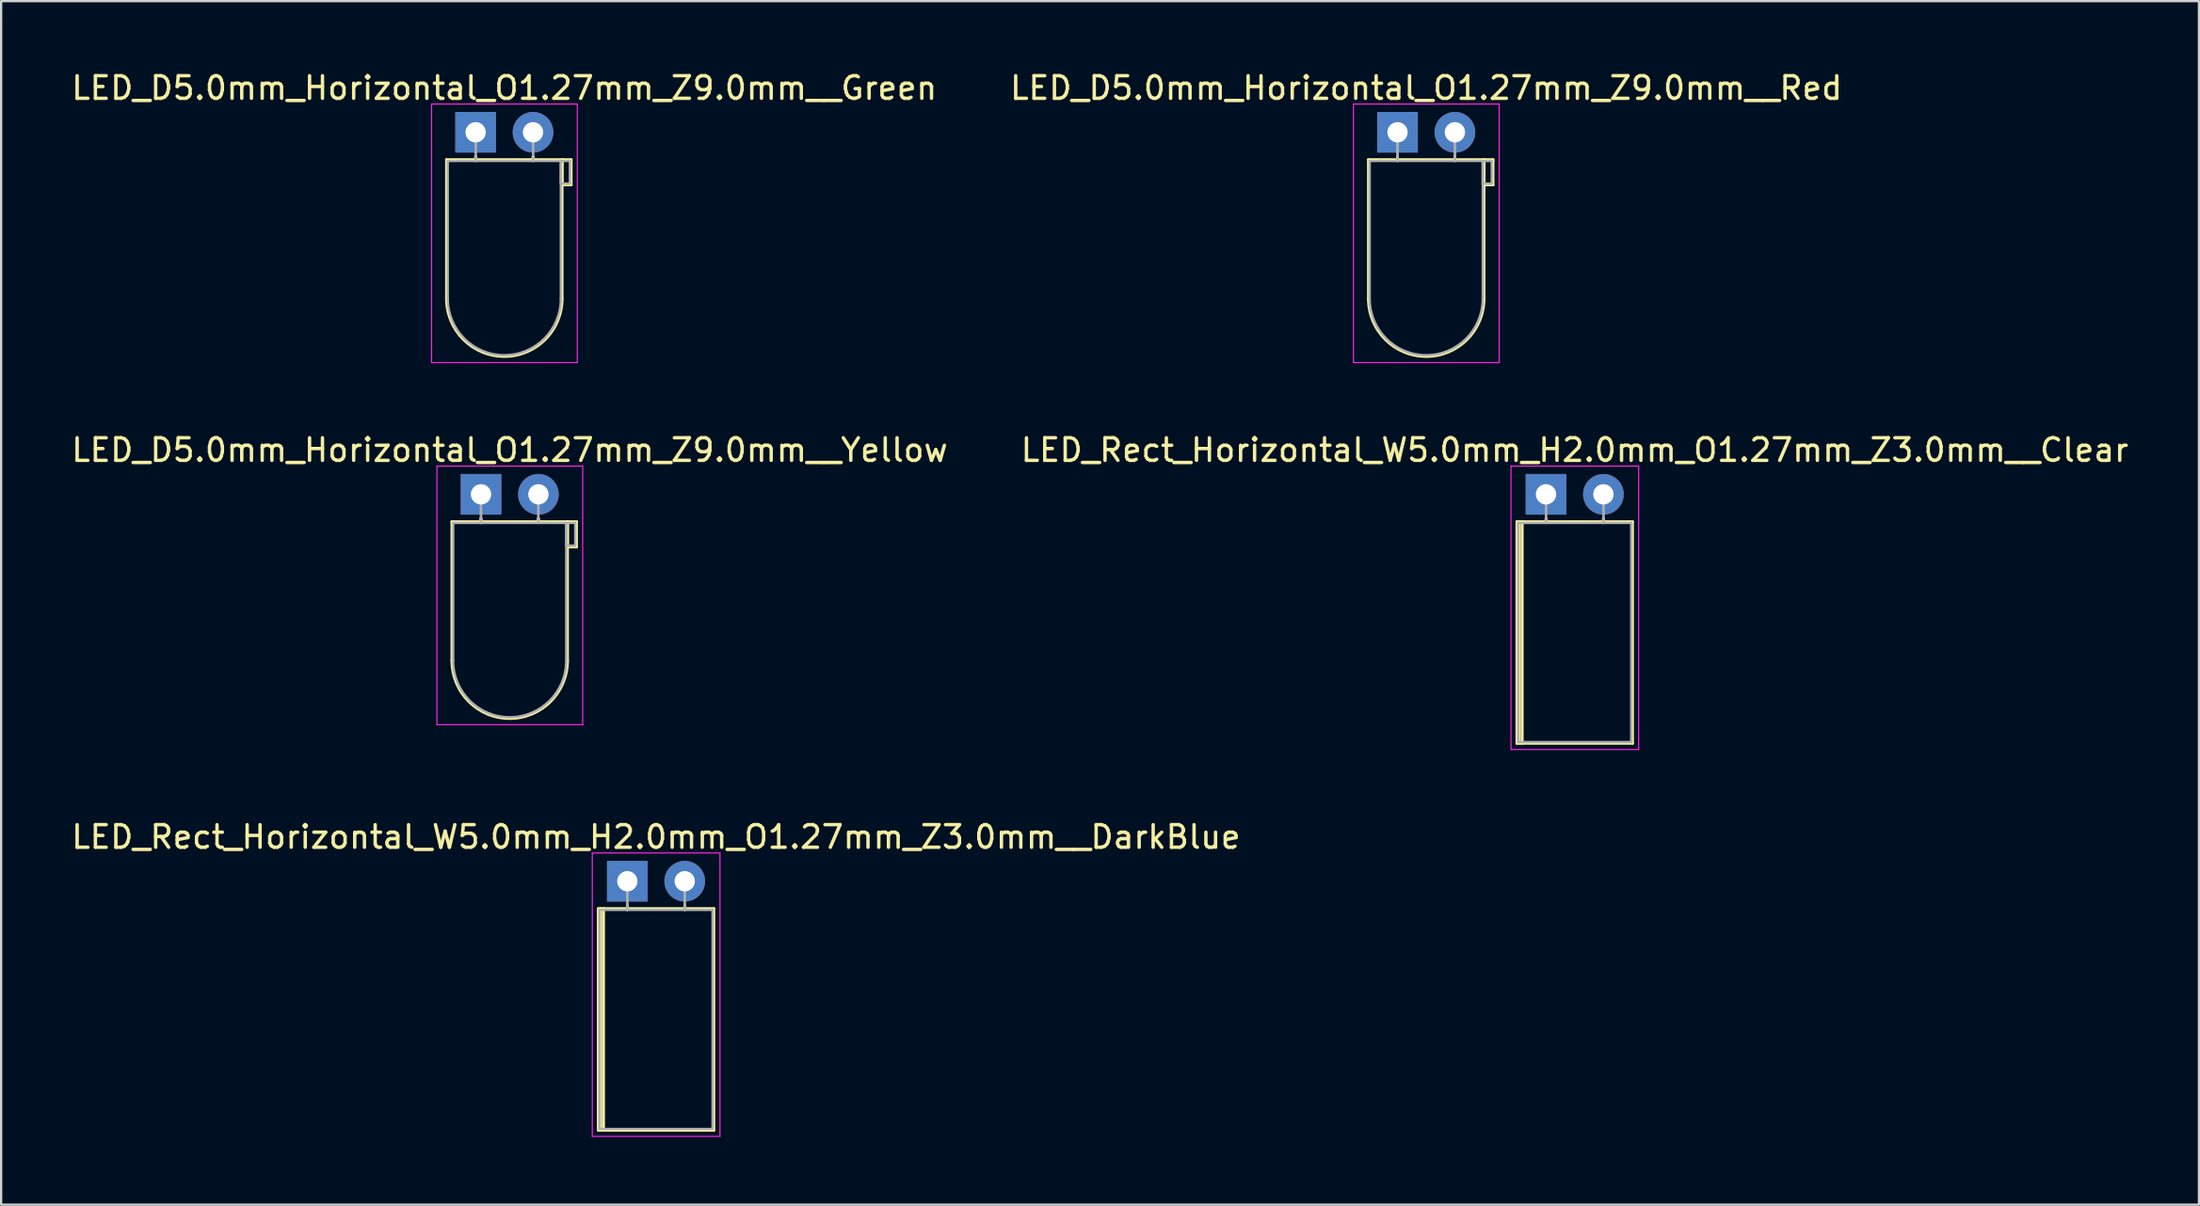
<source format=kicad_pcb>
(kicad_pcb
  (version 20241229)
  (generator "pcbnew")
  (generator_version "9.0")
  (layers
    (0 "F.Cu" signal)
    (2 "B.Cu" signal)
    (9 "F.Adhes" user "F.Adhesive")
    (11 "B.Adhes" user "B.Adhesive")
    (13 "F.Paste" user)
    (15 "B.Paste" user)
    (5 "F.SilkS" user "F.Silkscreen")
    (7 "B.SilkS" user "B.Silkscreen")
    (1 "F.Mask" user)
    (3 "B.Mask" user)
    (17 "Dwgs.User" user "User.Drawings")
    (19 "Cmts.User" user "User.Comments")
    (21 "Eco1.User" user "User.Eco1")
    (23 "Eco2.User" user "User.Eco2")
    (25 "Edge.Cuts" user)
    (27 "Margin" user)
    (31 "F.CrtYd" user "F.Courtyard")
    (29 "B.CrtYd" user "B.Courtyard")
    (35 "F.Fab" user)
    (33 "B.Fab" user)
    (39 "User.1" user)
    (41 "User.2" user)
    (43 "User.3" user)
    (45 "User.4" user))
  (footprint "LED_Rect_Horizontal_W5.0mm_H2.0mm_O1.27mm_Z3.0mm__Clear"
    (layer "F.Cu")
    (at 65.367 18.841)
    (property "Reference" "LED_Rect_Horizontal_W5.0mm_H2.0mm_O1.27mm_Z3.0mm__Clear" (at 1.27 -1.96 0) (layer "F.SilkS") (effects (font (size 1 1) (thickness 0.15))))
    (attr through_hole)
    (fp_line (start -1.29 1.21) (end -1.29 11.03) (stroke (width 0.12) (type solid)) (layer "F.SilkS"))
    (fp_line (start -1.29 11.03) (end 3.83 11.03) (stroke (width 0.12) (type solid)) (layer "F.SilkS"))
    (fp_line (start -1.17 1.21) (end -1.17 11.03) (stroke (width 0.12) (type solid)) (layer "F.SilkS"))
    (fp_line (start -1.05 1.21) (end -1.05 11.03) (stroke (width 0.12) (type solid)) (layer "F.SilkS"))
    (fp_line (start 0 1.08) (end 0 1.08) (stroke (width 0.12) (type solid)) (layer "F.SilkS"))
    (fp_line (start 0 1.08) (end 0 1.21) (stroke (width 0.12) (type solid)) (layer "F.SilkS"))
    (fp_line (start 0 1.21) (end 0 1.08) (stroke (width 0.12) (type solid)) (layer "F.SilkS"))
    (fp_line (start 0 1.21) (end 0 1.21) (stroke (width 0.12) (type solid)) (layer "F.SilkS"))
    (fp_line (start 2.54 1.08) (end 2.54 1.08) (stroke (width 0.12) (type solid)) (layer "F.SilkS"))
    (fp_line (start 2.54 1.08) (end 2.54 1.21) (stroke (width 0.12) (type solid)) (layer "F.SilkS"))
    (fp_line (start 2.54 1.21) (end 2.54 1.08) (stroke (width 0.12) (type solid)) (layer "F.SilkS"))
    (fp_line (start 2.54 1.21) (end 2.54 1.21) (stroke (width 0.12) (type solid)) (layer "F.SilkS"))
    (fp_line (start 3.83 1.21) (end -1.29 1.21) (stroke (width 0.12) (type solid)) (layer "F.SilkS"))
    (fp_line (start 3.83 11.03) (end 3.83 1.21) (stroke (width 0.12) (type solid)) (layer "F.SilkS"))
    (fp_line (start -1.55 -1.25) (end -1.55 11.3) (stroke (width 0.05) (type solid)) (layer "F.CrtYd"))
    (fp_line (start -1.55 11.3) (end 4.1 11.3) (stroke (width 0.05) (type solid)) (layer "F.CrtYd"))
    (fp_line (start 4.1 -1.25) (end -1.55 -1.25) (stroke (width 0.05) (type solid)) (layer "F.CrtYd"))
    (fp_line (start 4.1 11.3) (end 4.1 -1.25) (stroke (width 0.05) (type solid)) (layer "F.CrtYd"))
    (fp_line (start -1.23 1.27) (end -1.23 10.97) (stroke (width 0.1) (type solid)) (layer "F.Fab"))
    (fp_line (start -1.23 10.97) (end 3.77 10.97) (stroke (width 0.1) (type solid)) (layer "F.Fab"))
    (fp_line (start 0 0) (end 0 0) (stroke (width 0.1) (type solid)) (layer "F.Fab"))
    (fp_line (start 0 0) (end 0 1.27) (stroke (width 0.1) (type solid)) (layer "F.Fab"))
    (fp_line (start 0 1.27) (end 0 0) (stroke (width 0.1) (type solid)) (layer "F.Fab"))
    (fp_line (start 0 1.27) (end 0 1.27) (stroke (width 0.1) (type solid)) (layer "F.Fab"))
    (fp_line (start 2.54 0) (end 2.54 0) (stroke (width 0.1) (type solid)) (layer "F.Fab"))
    (fp_line (start 2.54 0) (end 2.54 1.27) (stroke (width 0.1) (type solid)) (layer "F.Fab"))
    (fp_line (start 2.54 1.27) (end 2.54 0) (stroke (width 0.1) (type solid)) (layer "F.Fab"))
    (fp_line (start 2.54 1.27) (end 2.54 1.27) (stroke (width 0.1) (type solid)) (layer "F.Fab"))
    (fp_line (start 3.77 1.27) (end -1.23 1.27) (stroke (width 0.1) (type solid)) (layer "F.Fab"))
    (fp_line (start 3.77 10.97) (end 3.77 1.27) (stroke (width 0.1) (type solid)) (layer "F.Fab"))
    (pad "1" thru_hole rect (at 0 0) (size 1.8 1.8) (drill 0.9) (layers "*.Cu" "*.Mask"))
    (pad "2" thru_hole circle (at 2.54 0) (size 1.8 1.8) (drill 0.9) (layers "*.Cu" "*.Mask")))
  (footprint "LED_D5.0mm_Horizontal_O1.27mm_Z9.0mm__Yellow"
    (layer "F.Cu")
    (at 18.236 18.841)
    (property "Reference" "LED_D5.0mm_Horizontal_O1.27mm_Z9.0mm__Yellow" (at 1.27 -1.96 0) (layer "F.SilkS") (effects (font (size 1 1) (thickness 0.15))))
    (attr through_hole)
    (fp_line (start -1.29 1.21) (end -1.29 7.37) (stroke (width 0.12) (type solid)) (layer "F.SilkS"))
    (fp_line (start -1.29 1.21) (end 3.83 1.21) (stroke (width 0.12) (type solid)) (layer "F.SilkS"))
    (fp_line (start 0 1.08) (end 0 1.08) (stroke (width 0.12) (type solid)) (layer "F.SilkS"))
    (fp_line (start 0 1.08) (end 0 1.21) (stroke (width 0.12) (type solid)) (layer "F.SilkS"))
    (fp_line (start 0 1.21) (end 0 1.08) (stroke (width 0.12) (type solid)) (layer "F.SilkS"))
    (fp_line (start 0 1.21) (end 0 1.21) (stroke (width 0.12) (type solid)) (layer "F.SilkS"))
    (fp_line (start 2.54 1.08) (end 2.54 1.08) (stroke (width 0.12) (type solid)) (layer "F.SilkS"))
    (fp_line (start 2.54 1.08) (end 2.54 1.21) (stroke (width 0.12) (type solid)) (layer "F.SilkS"))
    (fp_line (start 2.54 1.21) (end 2.54 1.08) (stroke (width 0.12) (type solid)) (layer "F.SilkS"))
    (fp_line (start 2.54 1.21) (end 2.54 1.21) (stroke (width 0.12) (type solid)) (layer "F.SilkS"))
    (fp_line (start 3.83 1.21) (end 3.83 7.37) (stroke (width 0.12) (type solid)) (layer "F.SilkS"))
    (fp_line (start 3.83 1.21) (end 4.23 1.21) (stroke (width 0.12) (type solid)) (layer "F.SilkS"))
    (fp_line (start 3.83 2.33) (end 3.83 1.21) (stroke (width 0.12) (type solid)) (layer "F.SilkS"))
    (fp_line (start 4.23 1.21) (end 4.23 2.33) (stroke (width 0.12) (type solid)) (layer "F.SilkS"))
    (fp_line (start 4.23 2.33) (end 3.83 2.33) (stroke (width 0.12) (type solid)) (layer "F.SilkS"))
    (fp_arc (start 3.83 7.37) (mid 1.27 9.93) (end -1.29 7.37) (stroke (width 0.12) (type solid)) (layer "F.SilkS"))
    (fp_line (start -1.95 -1.25) (end -1.95 10.2) (stroke (width 0.05) (type solid)) (layer "F.CrtYd"))
    (fp_line (start -1.95 10.2) (end 4.5 10.2) (stroke (width 0.05) (type solid)) (layer "F.CrtYd"))
    (fp_line (start 4.5 -1.25) (end -1.95 -1.25) (stroke (width 0.05) (type solid)) (layer "F.CrtYd"))
    (fp_line (start 4.5 10.2) (end 4.5 -1.25) (stroke (width 0.05) (type solid)) (layer "F.CrtYd"))
    (fp_line (start -1.23 1.27) (end -1.23 7.37) (stroke (width 0.1) (type solid)) (layer "F.Fab"))
    (fp_line (start -1.23 1.27) (end 3.77 1.27) (stroke (width 0.1) (type solid)) (layer "F.Fab"))
    (fp_line (start 0 0) (end 0 0) (stroke (width 0.1) (type solid)) (layer "F.Fab"))
    (fp_line (start 0 0) (end 0 1.27) (stroke (width 0.1) (type solid)) (layer "F.Fab"))
    (fp_line (start 0 1.27) (end 0 0) (stroke (width 0.1) (type solid)) (layer "F.Fab"))
    (fp_line (start 0 1.27) (end 0 1.27) (stroke (width 0.1) (type solid)) (layer "F.Fab"))
    (fp_line (start 2.54 0) (end 2.54 0) (stroke (width 0.1) (type solid)) (layer "F.Fab"))
    (fp_line (start 2.54 0) (end 2.54 1.27) (stroke (width 0.1) (type solid)) (layer "F.Fab"))
    (fp_line (start 2.54 1.27) (end 2.54 0) (stroke (width 0.1) (type solid)) (layer "F.Fab"))
    (fp_line (start 2.54 1.27) (end 2.54 1.27) (stroke (width 0.1) (type solid)) (layer "F.Fab"))
    (fp_line (start 3.77 1.27) (end 3.77 7.37) (stroke (width 0.1) (type solid)) (layer "F.Fab"))
    (fp_line (start 3.77 1.27) (end 4.17 1.27) (stroke (width 0.1) (type solid)) (layer "F.Fab"))
    (fp_line (start 3.77 2.27) (end 3.77 1.27) (stroke (width 0.1) (type solid)) (layer "F.Fab"))
    (fp_line (start 4.17 1.27) (end 4.17 2.27) (stroke (width 0.1) (type solid)) (layer "F.Fab"))
    (fp_line (start 4.17 2.27) (end 3.77 2.27) (stroke (width 0.1) (type solid)) (layer "F.Fab"))
    (fp_arc (start 3.77 7.37) (mid 1.27 9.87) (end -1.23 7.37) (stroke (width 0.1) (type solid)) (layer "F.Fab"))
    (pad "1" thru_hole rect (at 0 0) (size 1.8 1.8) (drill 0.9) (layers "*.Cu" "*.Mask"))
    (pad "2" thru_hole circle (at 2.54 0) (size 1.8 1.8) (drill 0.9) (layers "*.Cu" "*.Mask")))
  (footprint "LED_Rect_Horizontal_W5.0mm_H2.0mm_O1.27mm_Z3.0mm__DarkBlue"
    (layer "F.Cu")
    (at 24.712 35.975)
    (property "Reference" "LED_Rect_Horizontal_W5.0mm_H2.0mm_O1.27mm_Z3.0mm__DarkBlue" (at 1.27 -1.96 0) (layer "F.SilkS") (effects (font (size 1 1) (thickness 0.15))))
    (attr through_hole)
    (fp_line (start -1.29 1.21) (end -1.29 11.03) (stroke (width 0.12) (type solid)) (layer "F.SilkS"))
    (fp_line (start -1.29 11.03) (end 3.83 11.03) (stroke (width 0.12) (type solid)) (layer "F.SilkS"))
    (fp_line (start -1.17 1.21) (end -1.17 11.03) (stroke (width 0.12) (type solid)) (layer "F.SilkS"))
    (fp_line (start -1.05 1.21) (end -1.05 11.03) (stroke (width 0.12) (type solid)) (layer "F.SilkS"))
    (fp_line (start 0 1.08) (end 0 1.08) (stroke (width 0.12) (type solid)) (layer "F.SilkS"))
    (fp_line (start 0 1.08) (end 0 1.21) (stroke (width 0.12) (type solid)) (layer "F.SilkS"))
    (fp_line (start 0 1.21) (end 0 1.08) (stroke (width 0.12) (type solid)) (layer "F.SilkS"))
    (fp_line (start 0 1.21) (end 0 1.21) (stroke (width 0.12) (type solid)) (layer "F.SilkS"))
    (fp_line (start 2.54 1.08) (end 2.54 1.08) (stroke (width 0.12) (type solid)) (layer "F.SilkS"))
    (fp_line (start 2.54 1.08) (end 2.54 1.21) (stroke (width 0.12) (type solid)) (layer "F.SilkS"))
    (fp_line (start 2.54 1.21) (end 2.54 1.08) (stroke (width 0.12) (type solid)) (layer "F.SilkS"))
    (fp_line (start 2.54 1.21) (end 2.54 1.21) (stroke (width 0.12) (type solid)) (layer "F.SilkS"))
    (fp_line (start 3.83 1.21) (end -1.29 1.21) (stroke (width 0.12) (type solid)) (layer "F.SilkS"))
    (fp_line (start 3.83 11.03) (end 3.83 1.21) (stroke (width 0.12) (type solid)) (layer "F.SilkS"))
    (fp_line (start -1.55 -1.25) (end -1.55 11.3) (stroke (width 0.05) (type solid)) (layer "F.CrtYd"))
    (fp_line (start -1.55 11.3) (end 4.1 11.3) (stroke (width 0.05) (type solid)) (layer "F.CrtYd"))
    (fp_line (start 4.1 -1.25) (end -1.55 -1.25) (stroke (width 0.05) (type solid)) (layer "F.CrtYd"))
    (fp_line (start 4.1 11.3) (end 4.1 -1.25) (stroke (width 0.05) (type solid)) (layer "F.CrtYd"))
    (fp_line (start -1.23 1.27) (end -1.23 10.97) (stroke (width 0.1) (type solid)) (layer "F.Fab"))
    (fp_line (start -1.23 10.97) (end 3.77 10.97) (stroke (width 0.1) (type solid)) (layer "F.Fab"))
    (fp_line (start 0 0) (end 0 0) (stroke (width 0.1) (type solid)) (layer "F.Fab"))
    (fp_line (start 0 0) (end 0 1.27) (stroke (width 0.1) (type solid)) (layer "F.Fab"))
    (fp_line (start 0 1.27) (end 0 0) (stroke (width 0.1) (type solid)) (layer "F.Fab"))
    (fp_line (start 0 1.27) (end 0 1.27) (stroke (width 0.1) (type solid)) (layer "F.Fab"))
    (fp_line (start 2.54 0) (end 2.54 0) (stroke (width 0.1) (type solid)) (layer "F.Fab"))
    (fp_line (start 2.54 0) (end 2.54 1.27) (stroke (width 0.1) (type solid)) (layer "F.Fab"))
    (fp_line (start 2.54 1.27) (end 2.54 0) (stroke (width 0.1) (type solid)) (layer "F.Fab"))
    (fp_line (start 2.54 1.27) (end 2.54 1.27) (stroke (width 0.1) (type solid)) (layer "F.Fab"))
    (fp_line (start 3.77 1.27) (end -1.23 1.27) (stroke (width 0.1) (type solid)) (layer "F.Fab"))
    (fp_line (start 3.77 10.97) (end 3.77 1.27) (stroke (width 0.1) (type solid)) (layer "F.Fab"))
    (pad "1" thru_hole rect (at 0 0) (size 1.8 1.8) (drill 0.9) (layers "*.Cu" "*.Mask"))
    (pad "2" thru_hole circle (at 2.54 0) (size 1.8 1.8) (drill 0.9) (layers "*.Cu" "*.Mask")))
  (footprint "LED_D5.0mm_Horizontal_O1.27mm_Z9.0mm__Red"
    (layer "F.Cu")
    (at 58.795 2.808)
    (property "Reference" "LED_D5.0mm_Horizontal_O1.27mm_Z9.0mm__Red" (at 1.27 -1.96 0) (layer "F.SilkS") (effects (font (size 1 1) (thickness 0.15))))
    (attr through_hole)
    (fp_line (start -1.29 1.21) (end -1.29 7.37) (stroke (width 0.12) (type solid)) (layer "F.SilkS"))
    (fp_line (start -1.29 1.21) (end 3.83 1.21) (stroke (width 0.12) (type solid)) (layer "F.SilkS"))
    (fp_line (start 0 1.08) (end 0 1.08) (stroke (width 0.12) (type solid)) (layer "F.SilkS"))
    (fp_line (start 0 1.08) (end 0 1.21) (stroke (width 0.12) (type solid)) (layer "F.SilkS"))
    (fp_line (start 0 1.21) (end 0 1.08) (stroke (width 0.12) (type solid)) (layer "F.SilkS"))
    (fp_line (start 0 1.21) (end 0 1.21) (stroke (width 0.12) (type solid)) (layer "F.SilkS"))
    (fp_line (start 2.54 1.08) (end 2.54 1.08) (stroke (width 0.12) (type solid)) (layer "F.SilkS"))
    (fp_line (start 2.54 1.08) (end 2.54 1.21) (stroke (width 0.12) (type solid)) (layer "F.SilkS"))
    (fp_line (start 2.54 1.21) (end 2.54 1.08) (stroke (width 0.12) (type solid)) (layer "F.SilkS"))
    (fp_line (start 2.54 1.21) (end 2.54 1.21) (stroke (width 0.12) (type solid)) (layer "F.SilkS"))
    (fp_line (start 3.83 1.21) (end 3.83 7.37) (stroke (width 0.12) (type solid)) (layer "F.SilkS"))
    (fp_line (start 3.83 1.21) (end 4.23 1.21) (stroke (width 0.12) (type solid)) (layer "F.SilkS"))
    (fp_line (start 3.83 2.33) (end 3.83 1.21) (stroke (width 0.12) (type solid)) (layer "F.SilkS"))
    (fp_line (start 4.23 1.21) (end 4.23 2.33) (stroke (width 0.12) (type solid)) (layer "F.SilkS"))
    (fp_line (start 4.23 2.33) (end 3.83 2.33) (stroke (width 0.12) (type solid)) (layer "F.SilkS"))
    (fp_arc (start 3.83 7.37) (mid 1.27 9.93) (end -1.29 7.37) (stroke (width 0.12) (type solid)) (layer "F.SilkS"))
    (fp_line (start -1.95 -1.25) (end -1.95 10.2) (stroke (width 0.05) (type solid)) (layer "F.CrtYd"))
    (fp_line (start -1.95 10.2) (end 4.5 10.2) (stroke (width 0.05) (type solid)) (layer "F.CrtYd"))
    (fp_line (start 4.5 -1.25) (end -1.95 -1.25) (stroke (width 0.05) (type solid)) (layer "F.CrtYd"))
    (fp_line (start 4.5 10.2) (end 4.5 -1.25) (stroke (width 0.05) (type solid)) (layer "F.CrtYd"))
    (fp_line (start -1.23 1.27) (end -1.23 7.37) (stroke (width 0.1) (type solid)) (layer "F.Fab"))
    (fp_line (start -1.23 1.27) (end 3.77 1.27) (stroke (width 0.1) (type solid)) (layer "F.Fab"))
    (fp_line (start 0 0) (end 0 0) (stroke (width 0.1) (type solid)) (layer "F.Fab"))
    (fp_line (start 0 0) (end 0 1.27) (stroke (width 0.1) (type solid)) (layer "F.Fab"))
    (fp_line (start 0 1.27) (end 0 0) (stroke (width 0.1) (type solid)) (layer "F.Fab"))
    (fp_line (start 0 1.27) (end 0 1.27) (stroke (width 0.1) (type solid)) (layer "F.Fab"))
    (fp_line (start 2.54 0) (end 2.54 0) (stroke (width 0.1) (type solid)) (layer "F.Fab"))
    (fp_line (start 2.54 0) (end 2.54 1.27) (stroke (width 0.1) (type solid)) (layer "F.Fab"))
    (fp_line (start 2.54 1.27) (end 2.54 0) (stroke (width 0.1) (type solid)) (layer "F.Fab"))
    (fp_line (start 2.54 1.27) (end 2.54 1.27) (stroke (width 0.1) (type solid)) (layer "F.Fab"))
    (fp_line (start 3.77 1.27) (end 3.77 7.37) (stroke (width 0.1) (type solid)) (layer "F.Fab"))
    (fp_line (start 3.77 1.27) (end 4.17 1.27) (stroke (width 0.1) (type solid)) (layer "F.Fab"))
    (fp_line (start 3.77 2.27) (end 3.77 1.27) (stroke (width 0.1) (type solid)) (layer "F.Fab"))
    (fp_line (start 4.17 1.27) (end 4.17 2.27) (stroke (width 0.1) (type solid)) (layer "F.Fab"))
    (fp_line (start 4.17 2.27) (end 3.77 2.27) (stroke (width 0.1) (type solid)) (layer "F.Fab"))
    (fp_arc (start 3.77 7.37) (mid 1.27 9.87) (end -1.23 7.37) (stroke (width 0.1) (type solid)) (layer "F.Fab"))
    (pad "1" thru_hole rect (at 0 0) (size 1.8 1.8) (drill 0.9) (layers "*.Cu" "*.Mask"))
    (pad "2" thru_hole circle (at 2.54 0) (size 1.8 1.8) (drill 0.9) (layers "*.Cu" "*.Mask")))
  (footprint "LED_D5.0mm_Horizontal_O1.27mm_Z9.0mm__Green"
    (layer "F.Cu")
    (at 17.998 2.808)
    (property "Reference" "LED_D5.0mm_Horizontal_O1.27mm_Z9.0mm__Green" (at 1.27 -1.96 0) (layer "F.SilkS") (effects (font (size 1 1) (thickness 0.15))))
    (attr through_hole)
    (fp_line (start -1.29 1.21) (end -1.29 7.37) (stroke (width 0.12) (type solid)) (layer "F.SilkS"))
    (fp_line (start -1.29 1.21) (end 3.83 1.21) (stroke (width 0.12) (type solid)) (layer "F.SilkS"))
    (fp_line (start 0 1.08) (end 0 1.08) (stroke (width 0.12) (type solid)) (layer "F.SilkS"))
    (fp_line (start 0 1.08) (end 0 1.21) (stroke (width 0.12) (type solid)) (layer "F.SilkS"))
    (fp_line (start 0 1.21) (end 0 1.08) (stroke (width 0.12) (type solid)) (layer "F.SilkS"))
    (fp_line (start 0 1.21) (end 0 1.21) (stroke (width 0.12) (type solid)) (layer "F.SilkS"))
    (fp_line (start 2.54 1.08) (end 2.54 1.08) (stroke (width 0.12) (type solid)) (layer "F.SilkS"))
    (fp_line (start 2.54 1.08) (end 2.54 1.21) (stroke (width 0.12) (type solid)) (layer "F.SilkS"))
    (fp_line (start 2.54 1.21) (end 2.54 1.08) (stroke (width 0.12) (type solid)) (layer "F.SilkS"))
    (fp_line (start 2.54 1.21) (end 2.54 1.21) (stroke (width 0.12) (type solid)) (layer "F.SilkS"))
    (fp_line (start 3.83 1.21) (end 3.83 7.37) (stroke (width 0.12) (type solid)) (layer "F.SilkS"))
    (fp_line (start 3.83 1.21) (end 4.23 1.21) (stroke (width 0.12) (type solid)) (layer "F.SilkS"))
    (fp_line (start 3.83 2.33) (end 3.83 1.21) (stroke (width 0.12) (type solid)) (layer "F.SilkS"))
    (fp_line (start 4.23 1.21) (end 4.23 2.33) (stroke (width 0.12) (type solid)) (layer "F.SilkS"))
    (fp_line (start 4.23 2.33) (end 3.83 2.33) (stroke (width 0.12) (type solid)) (layer "F.SilkS"))
    (fp_arc (start 3.83 7.37) (mid 1.27 9.93) (end -1.29 7.37) (stroke (width 0.12) (type solid)) (layer "F.SilkS"))
    (fp_line (start -1.95 -1.25) (end -1.95 10.2) (stroke (width 0.05) (type solid)) (layer "F.CrtYd"))
    (fp_line (start -1.95 10.2) (end 4.5 10.2) (stroke (width 0.05) (type solid)) (layer "F.CrtYd"))
    (fp_line (start 4.5 -1.25) (end -1.95 -1.25) (stroke (width 0.05) (type solid)) (layer "F.CrtYd"))
    (fp_line (start 4.5 10.2) (end 4.5 -1.25) (stroke (width 0.05) (type solid)) (layer "F.CrtYd"))
    (fp_line (start -1.23 1.27) (end -1.23 7.37) (stroke (width 0.1) (type solid)) (layer "F.Fab"))
    (fp_line (start -1.23 1.27) (end 3.77 1.27) (stroke (width 0.1) (type solid)) (layer "F.Fab"))
    (fp_line (start 0 0) (end 0 0) (stroke (width 0.1) (type solid)) (layer "F.Fab"))
    (fp_line (start 0 0) (end 0 1.27) (stroke (width 0.1) (type solid)) (layer "F.Fab"))
    (fp_line (start 0 1.27) (end 0 0) (stroke (width 0.1) (type solid)) (layer "F.Fab"))
    (fp_line (start 0 1.27) (end 0 1.27) (stroke (width 0.1) (type solid)) (layer "F.Fab"))
    (fp_line (start 2.54 0) (end 2.54 0) (stroke (width 0.1) (type solid)) (layer "F.Fab"))
    (fp_line (start 2.54 0) (end 2.54 1.27) (stroke (width 0.1) (type solid)) (layer "F.Fab"))
    (fp_line (start 2.54 1.27) (end 2.54 0) (stroke (width 0.1) (type solid)) (layer "F.Fab"))
    (fp_line (start 2.54 1.27) (end 2.54 1.27) (stroke (width 0.1) (type solid)) (layer "F.Fab"))
    (fp_line (start 3.77 1.27) (end 3.77 7.37) (stroke (width 0.1) (type solid)) (layer "F.Fab"))
    (fp_line (start 3.77 1.27) (end 4.17 1.27) (stroke (width 0.1) (type solid)) (layer "F.Fab"))
    (fp_line (start 3.77 2.27) (end 3.77 1.27) (stroke (width 0.1) (type solid)) (layer "F.Fab"))
    (fp_line (start 4.17 1.27) (end 4.17 2.27) (stroke (width 0.1) (type solid)) (layer "F.Fab"))
    (fp_line (start 4.17 2.27) (end 3.77 2.27) (stroke (width 0.1) (type solid)) (layer "F.Fab"))
    (fp_arc (start 3.77 7.37) (mid 1.27 9.87) (end -1.23 7.37) (stroke (width 0.1) (type solid)) (layer "F.Fab"))
    (pad "1" thru_hole rect (at 0 0) (size 1.8 1.8) (drill 0.9) (layers "*.Cu" "*.Mask"))
    (pad "2" thru_hole circle (at 2.54 0) (size 1.8 1.8) (drill 0.9) (layers "*.Cu" "*.Mask")))
  (gr_rect
    (start -3 -3)
    (end 94.262 50.3)
    (stroke (width 0.1) (type default))
    (fill no)
    (layer "Edge.Cuts")))
</source>
